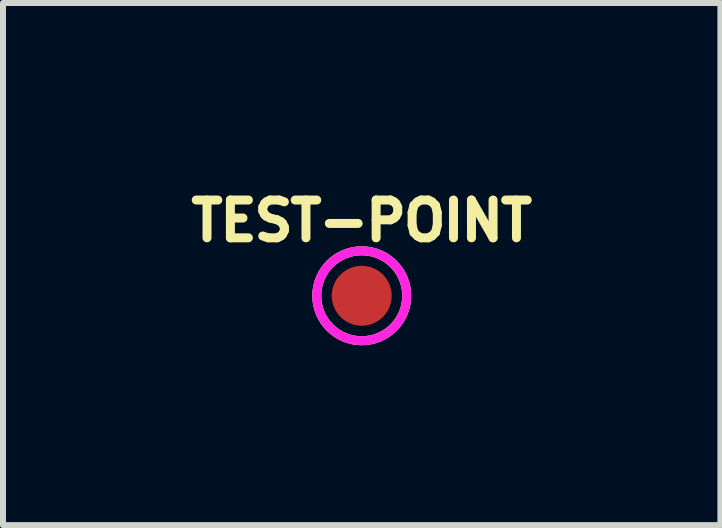
<source format=kicad_pcb>
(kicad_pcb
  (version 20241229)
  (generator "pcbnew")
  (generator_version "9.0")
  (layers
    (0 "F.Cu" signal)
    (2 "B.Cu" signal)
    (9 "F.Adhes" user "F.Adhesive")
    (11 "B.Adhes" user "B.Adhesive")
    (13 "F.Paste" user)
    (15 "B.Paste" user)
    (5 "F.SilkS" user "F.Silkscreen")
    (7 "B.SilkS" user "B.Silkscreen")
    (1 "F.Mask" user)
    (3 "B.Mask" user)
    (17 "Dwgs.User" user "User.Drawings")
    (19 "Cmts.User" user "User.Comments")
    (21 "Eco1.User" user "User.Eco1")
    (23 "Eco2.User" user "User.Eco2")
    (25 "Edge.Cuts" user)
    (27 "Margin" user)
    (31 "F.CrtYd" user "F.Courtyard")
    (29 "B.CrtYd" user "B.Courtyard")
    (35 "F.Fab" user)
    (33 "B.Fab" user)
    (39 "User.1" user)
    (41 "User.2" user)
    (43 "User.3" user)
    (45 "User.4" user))
  (footprint "TEST-POINT"
    (layer "F.Cu")
    (at 2.982 1.882)
    (property "Reference" "TEST-POINT" (at 0 -1.25 0) (layer "F.SilkS") (effects (font (size 0.63 0.63) (thickness 0.15))))
    (attr smd)
    (fp_circle (center 0 0) (end 0.75 0) (stroke (width 0.15) (type solid)) (fill no) (layer "F.SilkS"))
    (fp_circle (center 0 0) (end 0.75 0) (stroke (width 0.15) (type solid)) (fill no) (layer "F.CrtYd"))
    (pad "TP" smd circle (at 0 0) (size 1 1) (layers "F.Cu" "F.Mask")))
  (gr_rect
    (start -3 -3)
    (end 8.963 5.707)
    (stroke (width 0.1) (type default))
    (fill no)
    (layer "Edge.Cuts")))
</source>
